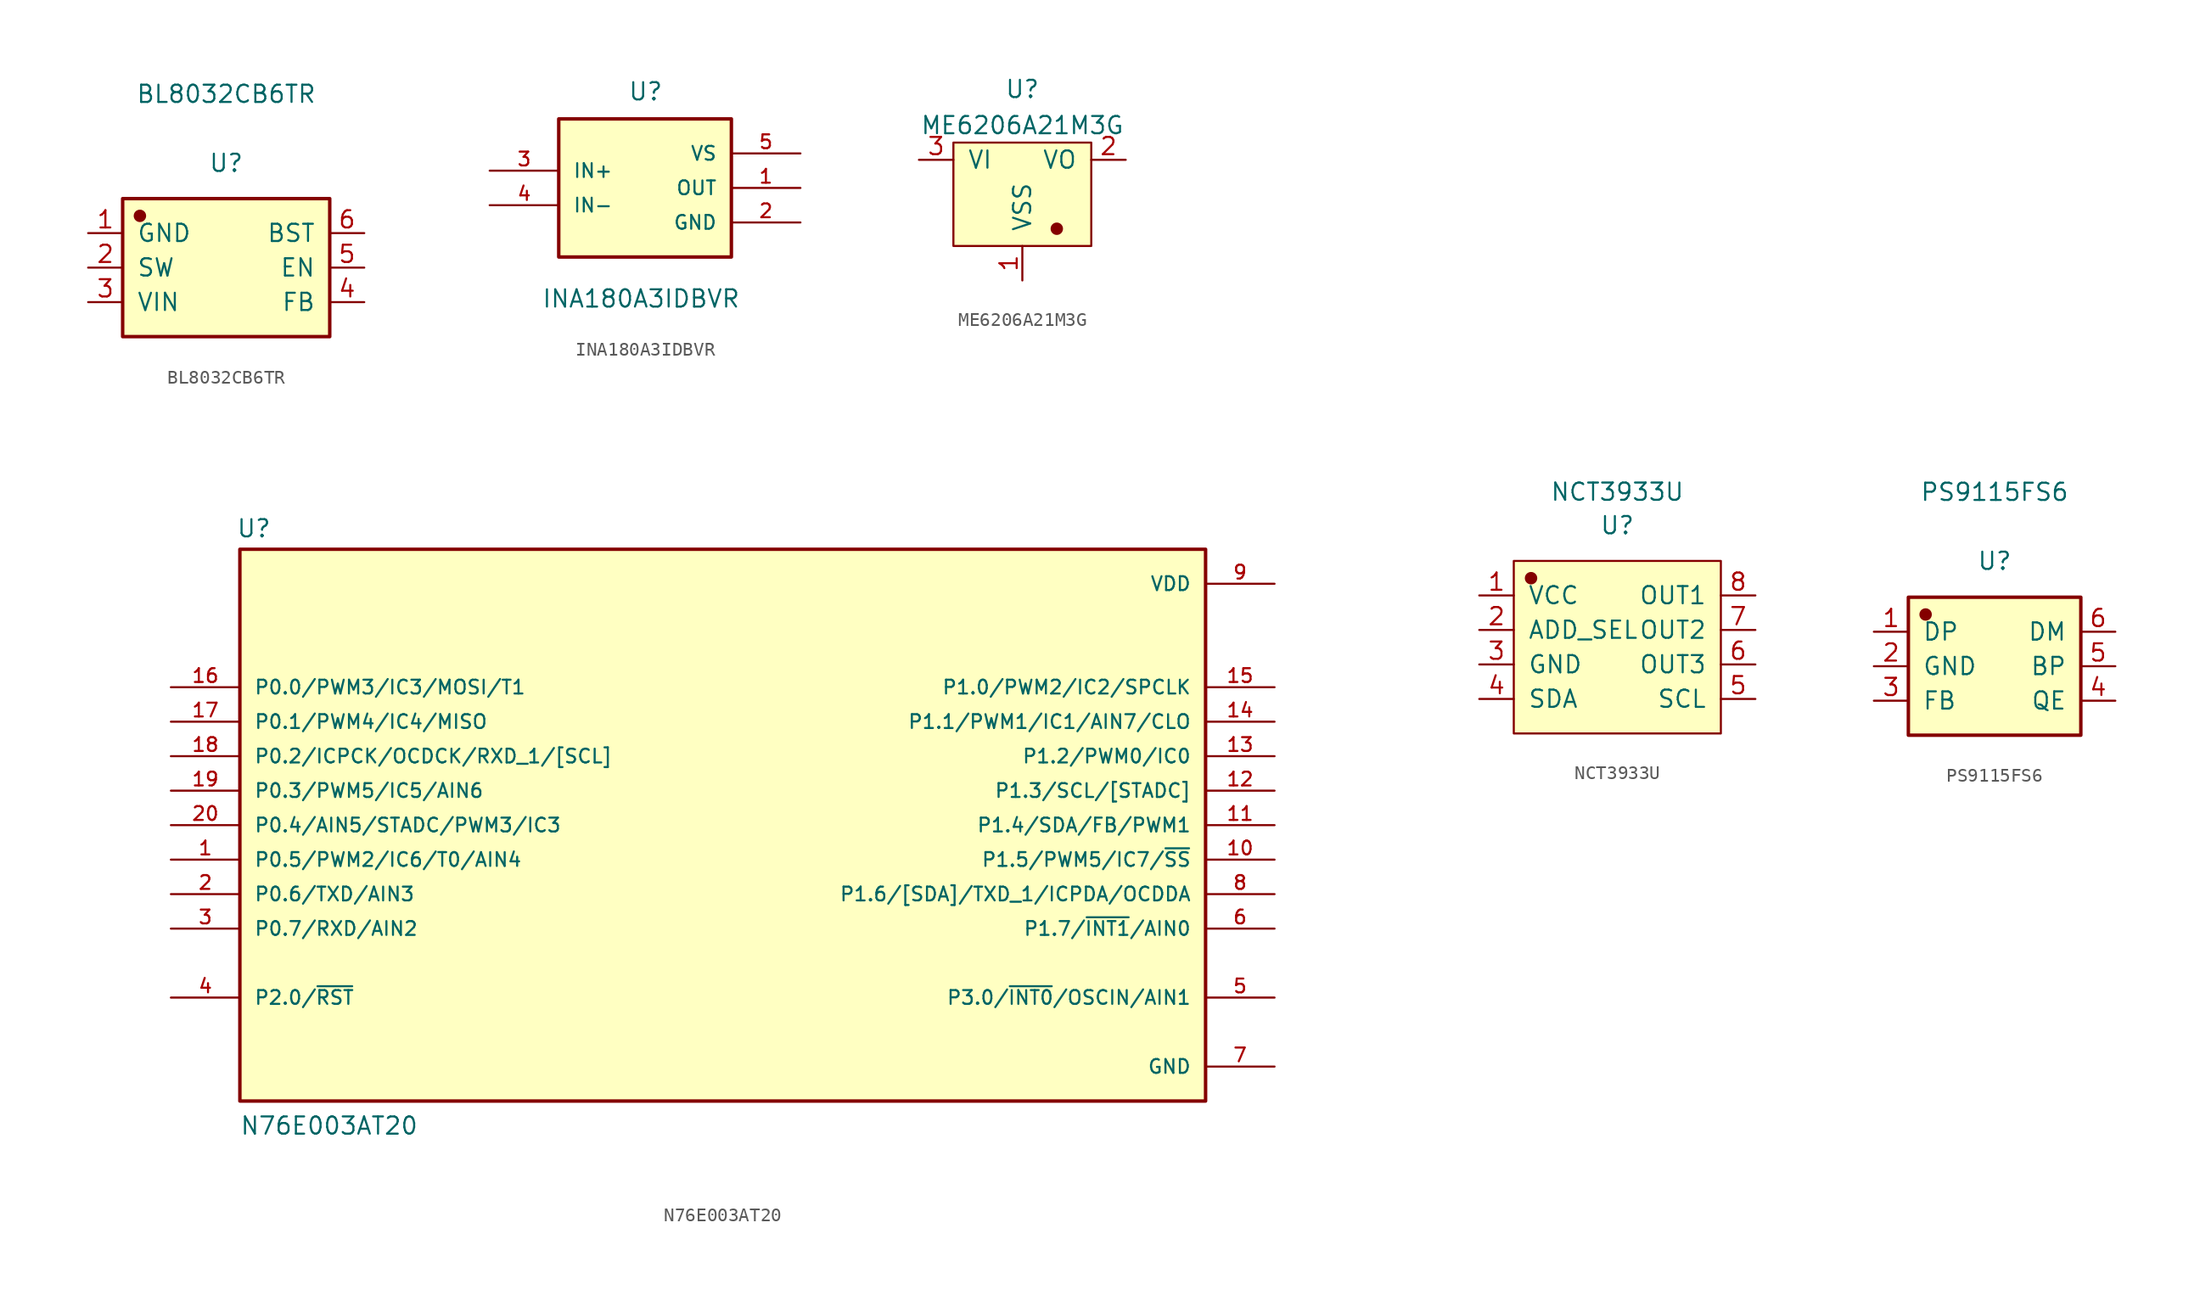
<source format=kicad_sym>
(kicad_symbol_lib
  (version 20211014)
  (generator kicad_symbol_editor)
  (symbol "BL8032CB6TR"
    (pin_names
      (offset 1.016))
    (property "Reference" "U"
      (at 0 7.696 0)
      (effects (font (size 1.27 1.27))))
    (property "Value" "BL8032CB6TR"
      (at 0 12.776 0)
      (effects (font (size 1.27 1.27))))
    (symbol "BL8032CB6TR_1_1"
      (rectangle (start -7.62 5.08) (end 7.62 -5.08) (stroke (width 0.254) (type default) (color 0 0 0 0)) (fill (type background)))
      (circle (center -6.35 3.81) (radius 0.381) (stroke (width 0.152) (type default) (color 0 0 0 0)) (fill (type outline)))
      (pin input line (at -10.16 2.54 0) (length 2.54) (name "GND" (effects (font (size 1.27 1.27)))) (number "1" (effects (font (size 1.27 1.27)))))
      (pin input line (at -10.16 0 0) (length 2.54) (name "SW" (effects (font (size 1.27 1.27)))) (number "2" (effects (font (size 1.27 1.27)))))
      (pin input line (at -10.16 -2.54 0) (length 2.54) (name "VIN" (effects (font (size 1.27 1.27)))) (number "3" (effects (font (size 1.27 1.27)))))
      (pin input line (at 10.16 -2.54 180) (length 2.54) (name "FB" (effects (font (size 1.27 1.27)))) (number "4" (effects (font (size 1.27 1.27)))))
      (pin input line (at 10.16 0 180) (length 2.54) (name "EN" (effects (font (size 1.27 1.27)))) (number "5" (effects (font (size 1.27 1.27)))))
      (pin input line (at 10.16 2.54 180) (length 2.54) (name "BST" (effects (font (size 1.27 1.27)))) (number "6" (effects (font (size 1.27 1.27)))))))
  (symbol "INA180A3IDBVR"
    (pin_names
      (offset 1.016))
    (property "Reference" "U"
      (at -1.27 7.62 0)
      (effects (font (size 1.27 1.27)) (justify left bottom)))
    (property "Value" "INA180A3IDBVR"
      (at -7.62 -7.62 0)
      (effects (font (size 1.27 1.27)) (justify left bottom)))
    (symbol "INA180A3IDBVR_0_0"
      (rectangle (start -6.35 6.35) (end 6.35 -3.81) (stroke (width 0.254) (type default) (color 0 0 0 0)) (fill (type background)))
      (pin output line (at 11.43 1.27 180) (length 5.08) (name "OUT" (effects (font (size 1.016 1.016)))) (number "1" (effects (font (size 1.016 1.016)))))
      (pin power_in line (at 11.43 -1.27 180) (length 5.08) (name "GND" (effects (font (size 1.016 1.016)))) (number "2" (effects (font (size 1.016 1.016)))))
      (pin input line (at -11.43 2.54 0) (length 5.08) (name "IN+" (effects (font (size 1.016 1.016)))) (number "3" (effects (font (size 1.016 1.016)))))
      (pin input line (at -11.43 0 0) (length 5.08) (name "IN-" (effects (font (size 1.016 1.016)))) (number "4" (effects (font (size 1.016 1.016)))))
      (pin power_in line (at 11.43 3.81 180) (length 5.08) (name "VS" (effects (font (size 1.016 1.016)))) (number "5" (effects (font (size 1.016 1.016)))))))
  (symbol "ME6206A21M3G"
    (pin_names
      (offset 1.016))
    (property "Reference" "U"
      (at 0 7.747 0)
      (effects (font (size 1.27 1.27))))
    (property "Value" "ME6206A21M3G"
      (at 0 5.08 0)
      (effects (font (size 1.27 1.27))))
    (symbol "ME6206A21M3G_0_1"
      (rectangle (start -5.08 3.81) (end 5.08 -3.81) (stroke (width 0) (type default) (color 0 0 0 0)) (fill (type background))))
    (symbol "ME6206A21M3G_1_1"
      (circle (center 2.54 -2.54) (radius 0.381) (stroke (width 0.152) (type default) (color 0 0 0 0)) (fill (type outline)))
      (pin input line (at 0 -6.35 90) (length 2.54) (name "VSS" (effects (font (size 1.27 1.27)))) (number "1" (effects (font (size 1.27 1.27)))))
      (pin input line (at 7.62 2.54 180) (length 2.54) (name "VO" (effects (font (size 1.27 1.27)))) (number "2" (effects (font (size 1.27 1.27)))))
      (pin input line (at -7.62 2.54 0) (length 2.54) (name "VI" (effects (font (size 1.27 1.27)))) (number "3" (effects (font (size 1.27 1.27)))))))
  (symbol "N76E003AT20"
    (pin_names
      (offset 1.016))
    (property "Reference" "U"
      (at -35.839 21.107 0)
      (effects (font (size 1.27 1.27)) (justify left bottom)))
    (property "Value" "N76E003AT20"
      (at -35.585 -22.885 0)
      (effects (font (size 1.27 1.27)) (justify left bottom)))
    (symbol "N76E003AT20_0_0"
      (rectangle (start -35.56 -20.32) (end 35.56 20.32) (stroke (width 0.254) (type default) (color 0 0 0 0)) (fill (type background)))
      (pin bidirectional line (at -40.64 -2.54 0) (length 5.08) (name "P0.5/PWM2/IC6/T0/AIN4" (effects (font (size 1.016 1.016)))) (number "1" (effects (font (size 1.016 1.016)))))
      (pin bidirectional line (at 40.64 -2.54 180) (length 5.08) (name "P1.5/PWM5/IC7/~{SS}" (effects (font (size 1.016 1.016)))) (number "10" (effects (font (size 1.016 1.016)))))
      (pin bidirectional line (at 40.64 0 180) (length 5.08) (name "P1.4/SDA/FB/PWM1" (effects (font (size 1.016 1.016)))) (number "11" (effects (font (size 1.016 1.016)))))
      (pin bidirectional line (at 40.64 2.54 180) (length 5.08) (name "P1.3/SCL/[STADC]" (effects (font (size 1.016 1.016)))) (number "12" (effects (font (size 1.016 1.016)))))
      (pin bidirectional line (at 40.64 5.08 180) (length 5.08) (name "P1.2/PWM0/IC0" (effects (font (size 1.016 1.016)))) (number "13" (effects (font (size 1.016 1.016)))))
      (pin bidirectional line (at 40.64 7.62 180) (length 5.08) (name "P1.1/PWM1/IC1/AIN7/CLO" (effects (font (size 1.016 1.016)))) (number "14" (effects (font (size 1.016 1.016)))))
      (pin bidirectional line (at 40.64 10.16 180) (length 5.08) (name "P1.0/PWM2/IC2/SPCLK" (effects (font (size 1.016 1.016)))) (number "15" (effects (font (size 1.016 1.016)))))
      (pin bidirectional line (at -40.64 10.16 0) (length 5.08) (name "P0.0/PWM3/IC3/MOSI/T1" (effects (font (size 1.016 1.016)))) (number "16" (effects (font (size 1.016 1.016)))))
      (pin bidirectional line (at -40.64 7.62 0) (length 5.08) (name "P0.1/PWM4/IC4/MISO" (effects (font (size 1.016 1.016)))) (number "17" (effects (font (size 1.016 1.016)))))
      (pin bidirectional line (at -40.64 5.08 0) (length 5.08) (name "P0.2/ICPCK/OCDCK/RXD_1/[SCL]" (effects (font (size 1.016 1.016)))) (number "18" (effects (font (size 1.016 1.016)))))
      (pin bidirectional line (at -40.64 2.54 0) (length 5.08) (name "P0.3/PWM5/IC5/AIN6" (effects (font (size 1.016 1.016)))) (number "19" (effects (font (size 1.016 1.016)))))
      (pin bidirectional line (at -40.64 -5.08 0) (length 5.08) (name "P0.6/TXD/AIN3" (effects (font (size 1.016 1.016)))) (number "2" (effects (font (size 1.016 1.016)))))
      (pin bidirectional line (at -40.64 0 0) (length 5.08) (name "P0.4/AIN5/STADC/PWM3/IC3" (effects (font (size 1.016 1.016)))) (number "20" (effects (font (size 1.016 1.016)))))
      (pin bidirectional line (at -40.64 -7.62 0) (length 5.08) (name "P0.7/RXD/AIN2" (effects (font (size 1.016 1.016)))) (number "3" (effects (font (size 1.016 1.016)))))
      (pin bidirectional line (at -40.64 -12.7 0) (length 5.08) (name "P2.0/~{RST}" (effects (font (size 1.016 1.016)))) (number "4" (effects (font (size 1.016 1.016)))))
      (pin bidirectional line (at 40.64 -12.7 180) (length 5.08) (name "P3.0/~{INT0}/OSCIN/AIN1" (effects (font (size 1.016 1.016)))) (number "5" (effects (font (size 1.016 1.016)))))
      (pin bidirectional line (at 40.64 -7.62 180) (length 5.08) (name "P1.7/~{INT1}/AIN0" (effects (font (size 1.016 1.016)))) (number "6" (effects (font (size 1.016 1.016)))))
      (pin power_in line (at 40.64 -17.78 180) (length 5.08) (name "GND" (effects (font (size 1.016 1.016)))) (number "7" (effects (font (size 1.016 1.016)))))
      (pin bidirectional line (at 40.64 -5.08 180) (length 5.08) (name "P1.6/[SDA]/TXD_1/ICPDA/OCDDA" (effects (font (size 1.016 1.016)))) (number "8" (effects (font (size 1.016 1.016)))))
      (pin power_in line (at 40.64 17.78 180) (length 5.08) (name "VDD" (effects (font (size 1.016 1.016)))) (number "9" (effects (font (size 1.016 1.016)))))))
  (symbol "NCT3933U"
    (pin_names
      (offset 1.016))
    (property "Reference" "U"
      (at 0 10.236 0)
      (effects (font (size 1.27 1.27))))
    (property "Value" "NCT3933U"
      (at 0 12.7 0)
      (effects (font (size 1.27 1.27))))
    (symbol "NCT3933U_1_1"
      (rectangle (start -7.62 7.62) (end 7.62 -5.08) (stroke (width 0.152) (type default) (color 0 0 0 0)) (fill (type background)))
      (circle (center -6.35 6.35) (radius 0.381) (stroke (width 0.152) (type default) (color 0 0 0 0)) (fill (type outline)))
      (pin input line (at -10.16 5.08 0) (length 2.54) (name "VCC" (effects (font (size 1.27 1.27)))) (number "1" (effects (font (size 1.27 1.27)))))
      (pin input line (at -10.16 2.54 0) (length 2.54) (name "ADD_SEL" (effects (font (size 1.27 1.27)))) (number "2" (effects (font (size 1.27 1.27)))))
      (pin input line (at -10.16 0 0) (length 2.54) (name "GND" (effects (font (size 1.27 1.27)))) (number "3" (effects (font (size 1.27 1.27)))))
      (pin input line (at -10.16 -2.54 0) (length 2.54) (name "SDA" (effects (font (size 1.27 1.27)))) (number "4" (effects (font (size 1.27 1.27)))))
      (pin input line (at 10.16 -2.54 180) (length 2.54) (name "SCL" (effects (font (size 1.27 1.27)))) (number "5" (effects (font (size 1.27 1.27)))))
      (pin input line (at 10.16 0 180) (length 2.54) (name "OUT3" (effects (font (size 1.27 1.27)))) (number "6" (effects (font (size 1.27 1.27)))))
      (pin input line (at 10.16 2.54 180) (length 2.54) (name "OUT2" (effects (font (size 1.27 1.27)))) (number "7" (effects (font (size 1.27 1.27)))))
      (pin input line (at 10.16 5.08 180) (length 2.54) (name "OUT1" (effects (font (size 1.27 1.27)))) (number "8" (effects (font (size 1.27 1.27)))))))
  (symbol "PS9115FS6"
    (pin_names
      (offset 1.016))
    (property "Reference" "U"
      (at 0 7.747 0)
      (effects (font (size 1.27 1.27))))
    (property "Value" "PS9115FS6"
      (at 0 12.827 0)
      (effects (font (size 1.27 1.27))))
    (symbol "PS9115FS6_1_1"
      (rectangle (start -6.35 5.08) (end 6.35 -5.08) (stroke (width 0.254) (type default) (color 0 0 0 0)) (fill (type background)))
      (circle (center -5.08 3.81) (radius 0.381) (stroke (width 0.152) (type default) (color 0 0 0 0)) (fill (type outline)))
      (pin input line (at -8.89 2.54 0) (length 2.54) (name "DP" (effects (font (size 1.27 1.27)))) (number "1" (effects (font (size 1.27 1.27)))))
      (pin input line (at -8.89 0 0) (length 2.54) (name "GND" (effects (font (size 1.27 1.27)))) (number "2" (effects (font (size 1.27 1.27)))))
      (pin input line (at -8.89 -2.54 0) (length 2.54) (name "FB" (effects (font (size 1.27 1.27)))) (number "3" (effects (font (size 1.27 1.27)))))
      (pin input line (at 8.89 -2.54 180) (length 2.54) (name "QE" (effects (font (size 1.27 1.27)))) (number "4" (effects (font (size 1.27 1.27)))))
      (pin input line (at 8.89 0 180) (length 2.54) (name "BP" (effects (font (size 1.27 1.27)))) (number "5" (effects (font (size 1.27 1.27)))))
      (pin input line (at 8.89 2.54 180) (length 2.54) (name "DM" (effects (font (size 1.27 1.27)))) (number "6" (effects (font (size 1.27 1.27))))))))
</source>
